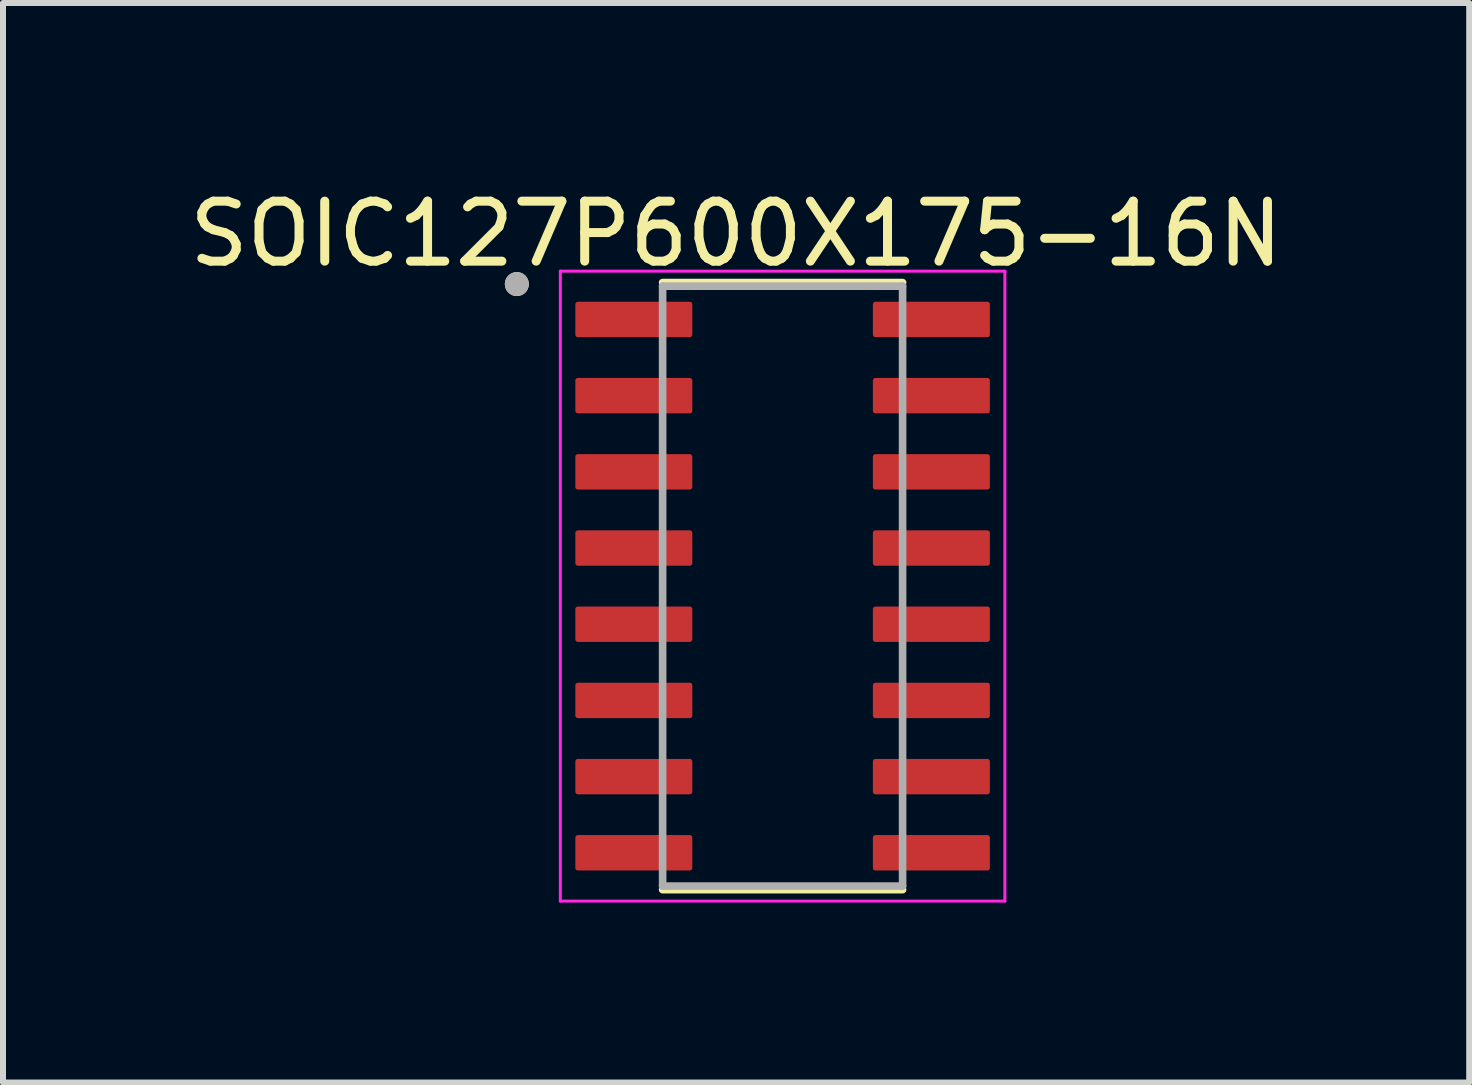
<source format=kicad_pcb>
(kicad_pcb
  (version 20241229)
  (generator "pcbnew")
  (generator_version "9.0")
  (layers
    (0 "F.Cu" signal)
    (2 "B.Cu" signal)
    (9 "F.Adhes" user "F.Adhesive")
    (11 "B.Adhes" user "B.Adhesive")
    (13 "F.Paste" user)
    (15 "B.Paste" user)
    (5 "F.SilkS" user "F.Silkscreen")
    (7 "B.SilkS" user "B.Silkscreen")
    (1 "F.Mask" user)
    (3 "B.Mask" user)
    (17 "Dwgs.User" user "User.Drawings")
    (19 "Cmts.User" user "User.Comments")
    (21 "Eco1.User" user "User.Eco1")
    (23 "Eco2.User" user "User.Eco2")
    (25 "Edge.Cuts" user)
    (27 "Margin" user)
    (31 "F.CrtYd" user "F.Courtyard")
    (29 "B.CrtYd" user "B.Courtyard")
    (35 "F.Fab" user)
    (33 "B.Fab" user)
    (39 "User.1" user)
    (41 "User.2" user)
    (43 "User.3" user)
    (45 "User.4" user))
  (footprint "SOIC127P600X175-16N"
    (layer "F.Cu")
    (at 9.995 6.72)
    (property "Reference" "SOIC127P600X175-16N" (at -0.775 -5.872 0) (layer "F.SilkS") (effects (font (size 1 1) (thickness 0.15))))
    (attr through_hole)
    (fp_line (start -2 -5.06) (end 2 -5.06) (stroke (width 0.127) (type solid)) (layer "F.SilkS"))
    (fp_line (start -2 5.06) (end 2 5.06) (stroke (width 0.127) (type solid)) (layer "F.SilkS"))
    (fp_circle (center -4.43 -5.035) (end -4.33 -5.035) (stroke (width 0.2) (type solid)) (fill no) (layer "F.SilkS"))
    (fp_line (start -3.705 -5.25) (end -3.705 5.25) (stroke (width 0.05) (type solid)) (layer "F.CrtYd"))
    (fp_line (start -3.705 -5.25) (end 3.705 -5.25) (stroke (width 0.05) (type solid)) (layer "F.CrtYd"))
    (fp_line (start -3.705 5.25) (end 3.705 5.25) (stroke (width 0.05) (type solid)) (layer "F.CrtYd"))
    (fp_line (start 3.705 -5.25) (end 3.705 5.25) (stroke (width 0.05) (type solid)) (layer "F.CrtYd"))
    (fp_line (start -2 -5) (end -2 5) (stroke (width 0.127) (type solid)) (layer "F.Fab"))
    (fp_line (start -2 -5) (end 2 -5) (stroke (width 0.127) (type solid)) (layer "F.Fab"))
    (fp_line (start -2 5) (end 2 5) (stroke (width 0.127) (type solid)) (layer "F.Fab"))
    (fp_line (start 2 -5) (end 2 5) (stroke (width 0.127) (type solid)) (layer "F.Fab"))
    (fp_circle (center -4.43 -5.035) (end -4.33 -5.035) (stroke (width 0.2) (type solid)) (fill no) (layer "F.Fab"))
    (pad "1" smd roundrect (at -2.48 -4.445) (size 1.95 0.59) (layers "F.Cu" "F.Mask" "F.Paste") (roundrect_rratio 0.07))
    (pad "2" smd roundrect (at -2.48 -3.175) (size 1.95 0.59) (layers "F.Cu" "F.Mask" "F.Paste") (roundrect_rratio 0.07))
    (pad "3" smd roundrect (at -2.48 -1.905) (size 1.95 0.59) (layers "F.Cu" "F.Mask" "F.Paste") (roundrect_rratio 0.07))
    (pad "4" smd roundrect (at -2.48 -0.635) (size 1.95 0.59) (layers "F.Cu" "F.Mask" "F.Paste") (roundrect_rratio 0.07))
    (pad "5" smd roundrect (at -2.48 0.635) (size 1.95 0.59) (layers "F.Cu" "F.Mask" "F.Paste") (roundrect_rratio 0.07))
    (pad "6" smd roundrect (at -2.48 1.905) (size 1.95 0.59) (layers "F.Cu" "F.Mask" "F.Paste") (roundrect_rratio 0.07))
    (pad "7" smd roundrect (at -2.48 3.175) (size 1.95 0.59) (layers "F.Cu" "F.Mask" "F.Paste") (roundrect_rratio 0.07))
    (pad "8" smd roundrect (at -2.48 4.445) (size 1.95 0.59) (layers "F.Cu" "F.Mask" "F.Paste") (roundrect_rratio 0.07))
    (pad "9" smd roundrect (at 2.48 4.445) (size 1.95 0.59) (layers "F.Cu" "F.Mask" "F.Paste") (roundrect_rratio 0.07))
    (pad "10" smd roundrect (at 2.48 3.175) (size 1.95 0.59) (layers "F.Cu" "F.Mask" "F.Paste") (roundrect_rratio 0.07))
    (pad "11" smd roundrect (at 2.48 1.905) (size 1.95 0.59) (layers "F.Cu" "F.Mask" "F.Paste") (roundrect_rratio 0.07))
    (pad "12" smd roundrect (at 2.48 0.635) (size 1.95 0.59) (layers "F.Cu" "F.Mask" "F.Paste") (roundrect_rratio 0.07))
    (pad "13" smd roundrect (at 2.48 -0.635) (size 1.95 0.59) (layers "F.Cu" "F.Mask" "F.Paste") (roundrect_rratio 0.07))
    (pad "14" smd roundrect (at 2.48 -1.905) (size 1.95 0.59) (layers "F.Cu" "F.Mask" "F.Paste") (roundrect_rratio 0.07))
    (pad "15" smd roundrect (at 2.48 -3.175) (size 1.95 0.59) (layers "F.Cu" "F.Mask" "F.Paste") (roundrect_rratio 0.07))
    (pad "16" smd roundrect (at 2.48 -4.445) (size 1.95 0.59) (layers "F.Cu" "F.Mask" "F.Paste") (roundrect_rratio 0.07)))
  (gr_rect
    (start -3 -3)
    (end 21.44 14.995)
    (stroke (width 0.1) (type default))
    (fill no)
    (layer "Edge.Cuts")))
</source>
